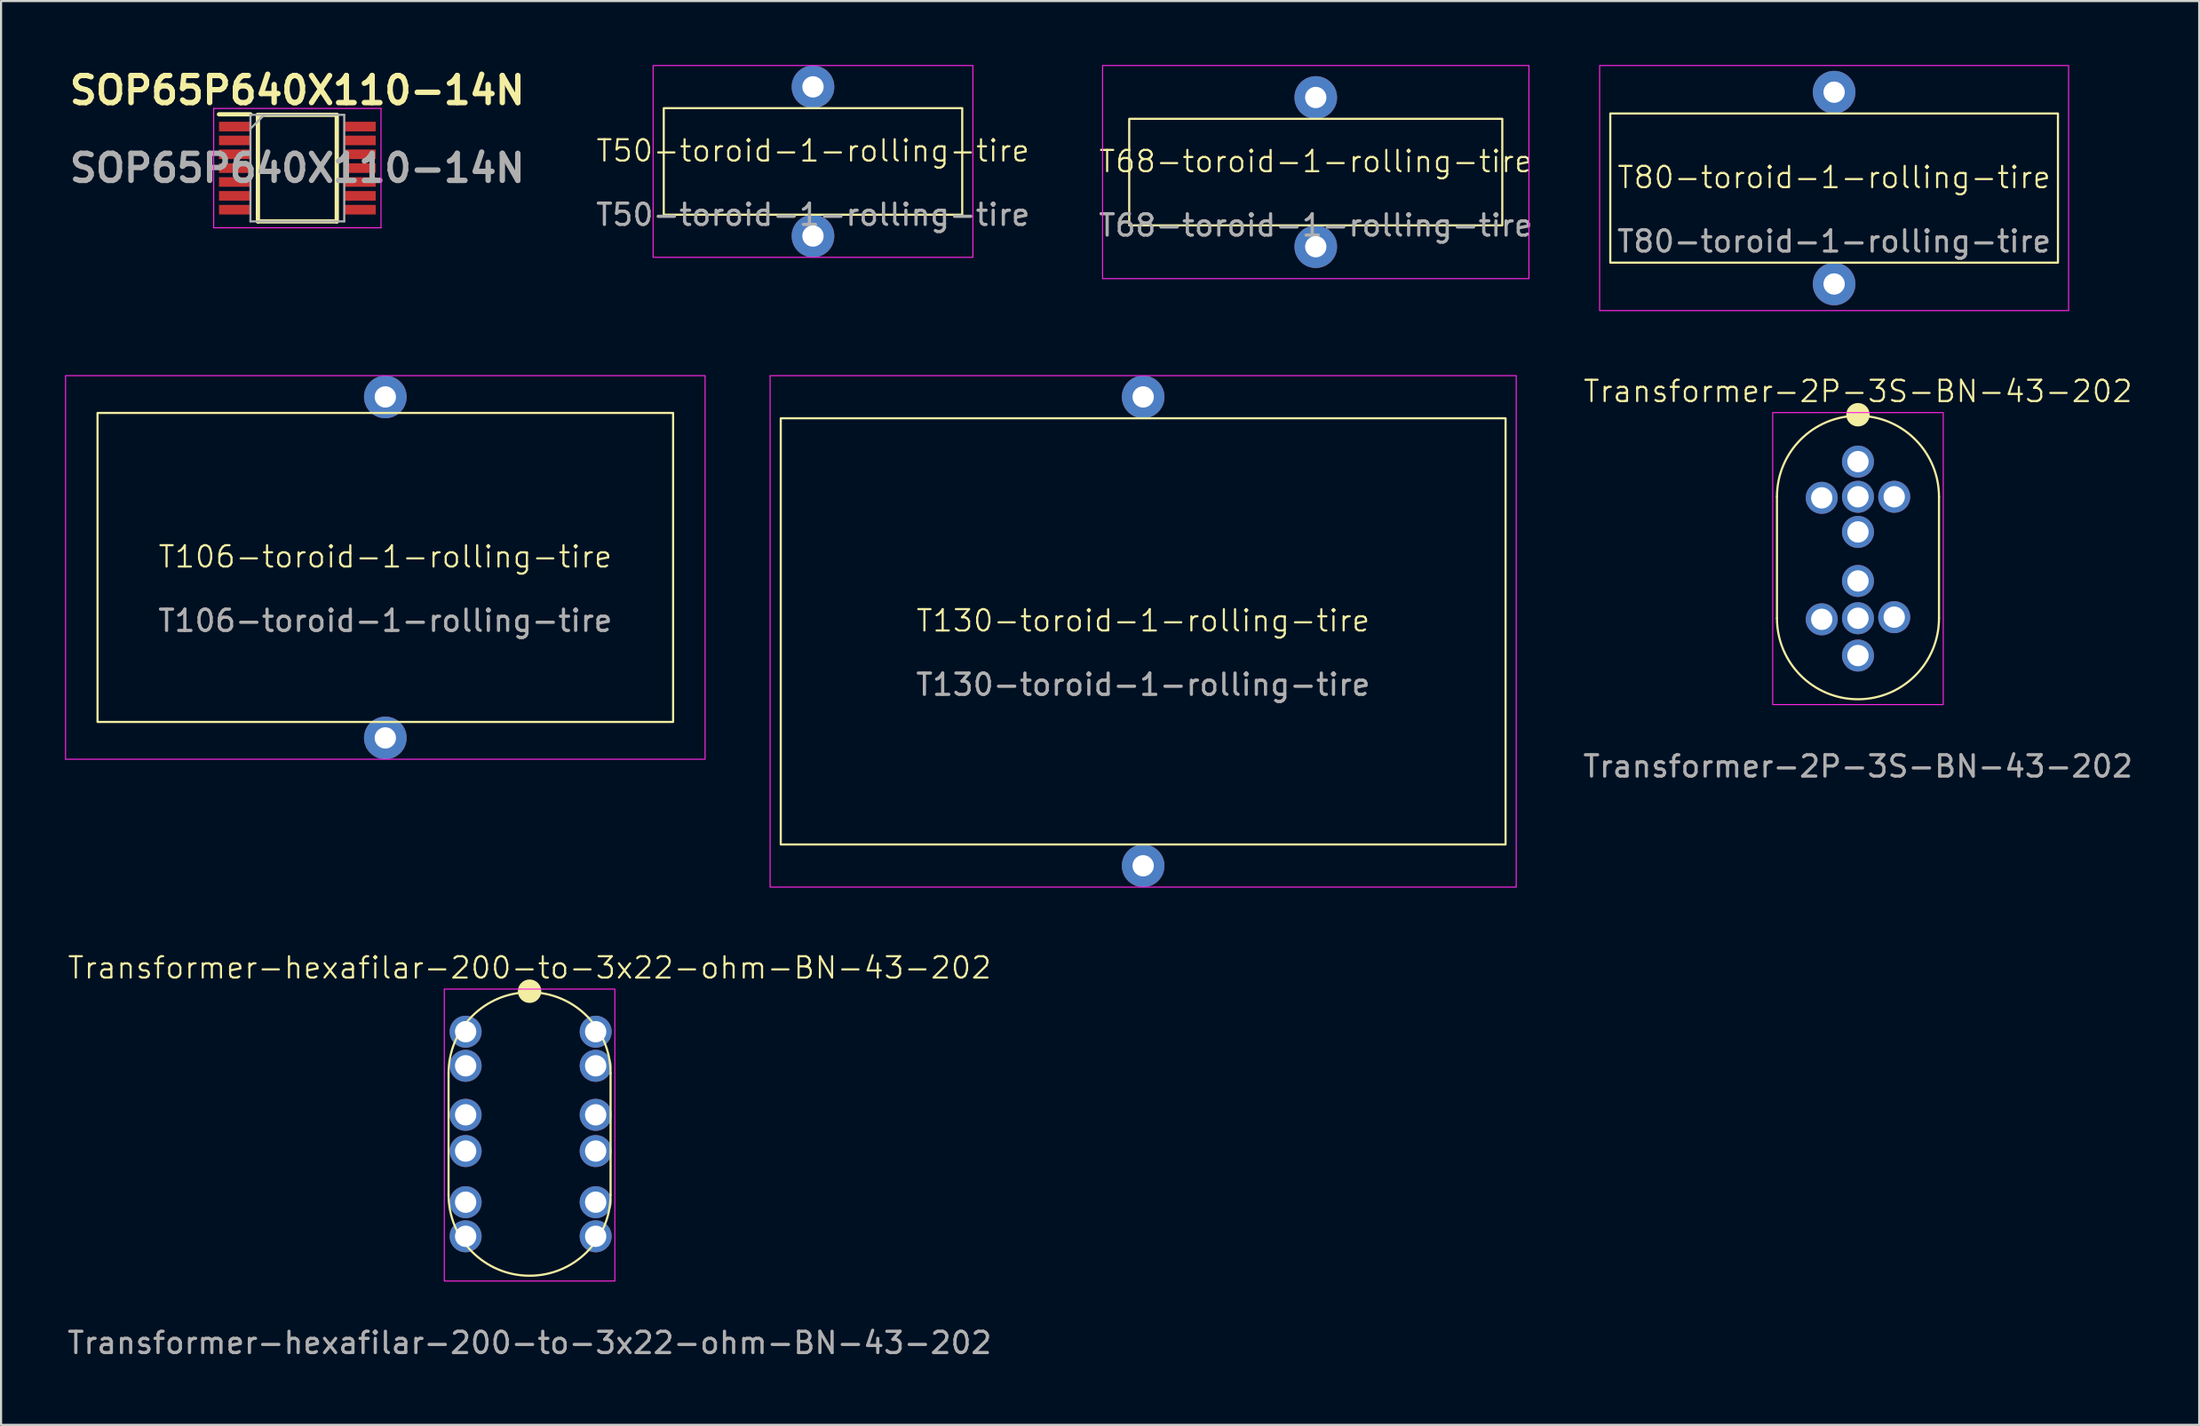
<source format=kicad_pcb>
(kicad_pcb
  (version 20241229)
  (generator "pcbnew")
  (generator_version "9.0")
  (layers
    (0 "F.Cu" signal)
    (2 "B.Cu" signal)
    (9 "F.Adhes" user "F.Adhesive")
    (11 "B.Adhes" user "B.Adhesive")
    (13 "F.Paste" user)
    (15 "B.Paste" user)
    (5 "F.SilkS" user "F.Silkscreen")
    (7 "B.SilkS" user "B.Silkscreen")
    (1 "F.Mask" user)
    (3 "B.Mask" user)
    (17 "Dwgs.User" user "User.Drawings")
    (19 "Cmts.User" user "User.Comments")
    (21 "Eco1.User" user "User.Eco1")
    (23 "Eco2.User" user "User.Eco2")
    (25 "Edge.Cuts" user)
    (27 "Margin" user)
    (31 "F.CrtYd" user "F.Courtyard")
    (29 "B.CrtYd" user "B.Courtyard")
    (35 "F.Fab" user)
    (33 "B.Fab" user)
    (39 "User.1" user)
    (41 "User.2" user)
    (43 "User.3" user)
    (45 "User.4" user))
  (footprint "T68-toroid-1-rolling-tire"
    (layer "F.Cu")
    (at 58.671 5.025)
    (property "Reference" "T68-toroid-1-rolling-tire" (at 0 -0.5 0) (unlocked yes) (layer "F.SilkS") (effects (font (size 1 1) (thickness 0.1))))
    (attr through_hole)
    (fp_rect (start -8.75 -2.5) (end 8.75 2.5) (stroke (width 0.1) (type solid)) (fill no) (layer "F.SilkS"))
    (fp_rect (start -10 -5) (end 10 5) (stroke (width 0.05) (type solid)) (fill no) (layer "F.CrtYd"))
    (fp_text user "${REFERENCE}" (at 0 2.5 0) (unlocked yes) (layer "F.Fab") (effects (font (size 1 1) (thickness 0.15))))
    (pad "1" thru_hole circle (at 0 -3.5) (size 2 2) (drill 1) (layers "*.Cu" "*.Mask"))
    (pad "2" thru_hole circle (at 0 3.5) (size 2 2) (drill 1) (layers "*.Cu" "*.Mask")))
  (footprint "SOP65P640X110-14N"
    (layer "F.Cu")
    (at 10.898 4.839)
    (property "Reference" "SOP65P640X110-14N" (at 0 -3.65 0) (layer "F.SilkS") (effects (font (size 1.27 1.27) (thickness 0.254))))
    (attr smd)
    (fp_line (start -3.675 -2.525) (end -2.2 -2.525) (stroke (width 0.2) (type solid)) (layer "F.SilkS"))
    (fp_line (start -1.85 -2.5) (end 1.85 -2.5) (stroke (width 0.2) (type solid)) (layer "F.SilkS"))
    (fp_line (start -1.85 2.5) (end -1.85 -2.5) (stroke (width 0.2) (type solid)) (layer "F.SilkS"))
    (fp_line (start 1.85 -2.5) (end 1.85 2.5) (stroke (width 0.2) (type solid)) (layer "F.SilkS"))
    (fp_line (start 1.85 2.5) (end -1.85 2.5) (stroke (width 0.2) (type solid)) (layer "F.SilkS"))
    (fp_line (start -3.925 -2.8) (end 3.925 -2.8) (stroke (width 0.05) (type solid)) (layer "F.CrtYd"))
    (fp_line (start -3.925 2.8) (end -3.925 -2.8) (stroke (width 0.05) (type solid)) (layer "F.CrtYd"))
    (fp_line (start 3.925 -2.8) (end 3.925 2.8) (stroke (width 0.05) (type solid)) (layer "F.CrtYd"))
    (fp_line (start 3.925 2.8) (end -3.925 2.8) (stroke (width 0.05) (type solid)) (layer "F.CrtYd"))
    (fp_line (start -2.2 -2.5) (end 2.2 -2.5) (stroke (width 0.1) (type solid)) (layer "F.Fab"))
    (fp_line (start -2.2 -1.85) (end -1.55 -2.5) (stroke (width 0.1) (type solid)) (layer "F.Fab"))
    (fp_line (start -2.2 2.5) (end -2.2 -2.5) (stroke (width 0.1) (type solid)) (layer "F.Fab"))
    (fp_line (start 2.2 -2.5) (end 2.2 2.5) (stroke (width 0.1) (type solid)) (layer "F.Fab"))
    (fp_line (start 2.2 2.5) (end -2.2 2.5) (stroke (width 0.1) (type solid)) (layer "F.Fab"))
    (fp_text user "${REFERENCE}" (at 0 0 0) (layer "F.Fab") (effects (font (size 1.27 1.27) (thickness 0.254))))
    (pad "1" smd rect (at -2.938 -1.95 90) (size 0.45 1.475) (layers "F.Cu" "F.Mask" "F.Paste"))
    (pad "2" smd rect (at -2.938 -1.3 90) (size 0.45 1.475) (layers "F.Cu" "F.Mask" "F.Paste"))
    (pad "3" smd rect (at -2.938 -0.65 90) (size 0.45 1.475) (layers "F.Cu" "F.Mask" "F.Paste"))
    (pad "4" smd rect (at -2.938 0 90) (size 0.45 1.475) (layers "F.Cu" "F.Mask" "F.Paste"))
    (pad "5" smd rect (at -2.938 0.65 90) (size 0.45 1.475) (layers "F.Cu" "F.Mask" "F.Paste"))
    (pad "6" smd rect (at -2.938 1.3 90) (size 0.45 1.475) (layers "F.Cu" "F.Mask" "F.Paste"))
    (pad "7" smd rect (at -2.938 1.95 90) (size 0.45 1.475) (layers "F.Cu" "F.Mask" "F.Paste"))
    (pad "8" smd rect (at 2.938 1.95 90) (size 0.45 1.475) (layers "F.Cu" "F.Mask" "F.Paste"))
    (pad "9" smd rect (at 2.938 1.3 90) (size 0.45 1.475) (layers "F.Cu" "F.Mask" "F.Paste"))
    (pad "10" smd rect (at 2.938 0.65 90) (size 0.45 1.475) (layers "F.Cu" "F.Mask" "F.Paste"))
    (pad "11" smd rect (at 2.938 0 90) (size 0.45 1.475) (layers "F.Cu" "F.Mask" "F.Paste"))
    (pad "12" smd rect (at 2.938 -0.65 90) (size 0.45 1.475) (layers "F.Cu" "F.Mask" "F.Paste"))
    (pad "13" smd rect (at 2.938 -1.3 90) (size 0.45 1.475) (layers "F.Cu" "F.Mask" "F.Paste"))
    (pad "14" smd rect (at 2.938 -1.95 90) (size 0.45 1.475) (layers "F.Cu" "F.Mask" "F.Paste")))
  (footprint "T130-toroid-1-rolling-tire"
    (layer "F.Cu")
    (at 50.575 26.575)
    (property "Reference" "T130-toroid-1-rolling-tire" (at 0 -0.5 0) (unlocked yes) (layer "F.SilkS") (effects (font (size 1 1) (thickness 0.1))))
    (attr through_hole)
    (fp_rect (start -17 -10) (end 17 10) (stroke (width 0.1) (type solid)) (fill no) (layer "F.SilkS"))
    (fp_rect (start -17.5 -12) (end 17.5 12) (stroke (width 0.05) (type solid)) (fill no) (layer "F.CrtYd"))
    (fp_text user "${REFERENCE}" (at 0 2.5 0) (unlocked yes) (layer "F.Fab") (effects (font (size 1 1) (thickness 0.15))))
    (pad "1" thru_hole circle (at 0 -11) (size 2 2) (drill 1) (layers "*.Cu" "*.Mask"))
    (pad "2" thru_hole circle (at 0 11) (size 2 2) (drill 1) (layers "*.Cu" "*.Mask")))
  (footprint "T106-toroid-1-rolling-tire"
    (layer "F.Cu")
    (at 15.025 23.575)
    (property "Reference" "T106-toroid-1-rolling-tire" (at 0 -0.5 0) (unlocked yes) (layer "F.SilkS") (effects (font (size 1 1) (thickness 0.1))))
    (attr through_hole)
    (fp_rect (start -13.5 -7.25) (end 13.5 7.25) (stroke (width 0.1) (type solid)) (fill no) (layer "F.SilkS"))
    (fp_rect (start -15 -9) (end 15 9) (stroke (width 0.05) (type solid)) (fill no) (layer "F.CrtYd"))
    (fp_text user "${REFERENCE}" (at 0 2.5 0) (unlocked yes) (layer "F.Fab") (effects (font (size 1 1) (thickness 0.15))))
    (pad "1" thru_hole circle (at 0 -8) (size 2 2) (drill 1) (layers "*.Cu" "*.Mask"))
    (pad "2" thru_hole circle (at 0 8) (size 2 2) (drill 1) (layers "*.Cu" "*.Mask")))
  (footprint "Transformer-2P-3S-BN-43-202"
    (layer "F.Cu")
    (at 84.106 23.11)
    (property "Reference" "Transformer-2P-3S-BN-43-202" (at 0 -7.8 0) (unlocked yes) (layer "F.SilkS") (effects (font (size 1 1) (thickness 0.1))))
    (attr through_hole)
    (fp_line (start -3.8 2.85) (end -3.8 -2.85) (stroke (width 0.1) (type default)) (layer "F.SilkS"))
    (fp_line (start 3.8 -2.85) (end 3.8 2.85) (stroke (width 0.1) (type default)) (layer "F.SilkS"))
    (fp_arc (start -3.8 -2.85) (mid 0 -6.65) (end 3.8 -2.85) (stroke (width 0.1) (type solid)) (layer "F.SilkS"))
    (fp_arc (start 3.8 2.85) (mid 0 6.65) (end -3.8 2.85) (stroke (width 0.1) (type solid)) (layer "F.SilkS"))
    (fp_circle (center 0 -6.7) (end 0.5 -6.7) (stroke (width 0.1) (type solid)) (fill yes) (layer "F.SilkS"))
    (fp_rect (start -4 -6.8) (end 4 6.9) (stroke (width 0.05) (type default)) (fill no) (layer "F.CrtYd"))
    (fp_text user "${REFERENCE}" (at 0 9.8 0) (unlocked yes) (layer "F.Fab") (effects (font (size 1 1) (thickness 0.15))))
    (pad "1" thru_hole circle (at 0 -2.85) (size 1.5 1.5) (drill 1) (layers "*.Cu" "*.Mask"))
    (pad "2" thru_hole circle (at 0 2.85) (size 1.5 1.5) (drill 1) (layers "*.Cu" "*.Mask"))
    (pad "3" thru_hole circle (at 0 -4.5) (size 1.5 1.5) (drill 1) (layers "*.Cu" "*.Mask"))
    (pad "4" thru_hole circle (at 0 4.6) (size 1.5 1.5) (drill 1) (layers "*.Cu" "*.Mask"))
    (pad "5" thru_hole circle (at 1.7 -2.85) (size 1.5 1.5) (drill 1) (layers "*.Cu" "*.Mask"))
    (pad "6" thru_hole circle (at 1.7 2.8) (size 1.5 1.5) (drill 1) (layers "*.Cu" "*.Mask"))
    (pad "7" thru_hole circle (at 0 -1.2) (size 1.5 1.5) (drill 1) (layers "*.Cu" "*.Mask"))
    (pad "8" thru_hole circle (at 0 1.1) (size 1.5 1.5) (drill 1) (layers "*.Cu" "*.Mask"))
    (pad "9" thru_hole circle (at -1.7 -2.8) (size 1.5 1.5) (drill 1) (layers "*.Cu" "*.Mask"))
    (pad "10" thru_hole circle (at -1.7 2.9) (size 1.5 1.5) (drill 1) (layers "*.Cu" "*.Mask")))
  (footprint "T80-toroid-1-rolling-tire"
    (layer "F.Cu")
    (at 82.987 5.775)
    (property "Reference" "T80-toroid-1-rolling-tire" (at 0 -0.5 0) (unlocked yes) (layer "F.SilkS") (effects (font (size 1 1) (thickness 0.1))))
    (attr through_hole)
    (fp_rect (start -10.5 -3.5) (end 10.5 3.5) (stroke (width 0.1) (type solid)) (fill no) (layer "F.SilkS"))
    (fp_rect (start -11 -5.75) (end 11 5.75) (stroke (width 0.05) (type solid)) (fill no) (layer "F.CrtYd"))
    (fp_text user "${REFERENCE}" (at 0 2.5 0) (unlocked yes) (layer "F.Fab") (effects (font (size 1 1) (thickness 0.15))))
    (pad "1" thru_hole circle (at 0 -4.5) (size 2 2) (drill 1) (layers "*.Cu" "*.Mask"))
    (pad "2" thru_hole circle (at 0 4.5) (size 2 2) (drill 1) (layers "*.Cu" "*.Mask")))
  (footprint "Transformer-hexafilar-200-to-3x22-ohm-BN-43-202"
    (layer "F.Cu")
    (at 21.792 50.16)
    (property "Reference" "Transformer-hexafilar-200-to-3x22-ohm-BN-43-202" (at 0 -7.8 0) (unlocked yes) (layer "F.SilkS") (effects (font (size 1 1) (thickness 0.1))))
    (attr through_hole)
    (fp_line (start -3.8 2.85) (end -3.8 -2.85) (stroke (width 0.1) (type default)) (layer "F.SilkS"))
    (fp_line (start 3.8 -2.85) (end 3.8 2.85) (stroke (width 0.1) (type default)) (layer "F.SilkS"))
    (fp_arc (start -3.8 -2.85) (mid 0 -6.65) (end 3.8 -2.85) (stroke (width 0.1) (type solid)) (layer "F.SilkS"))
    (fp_arc (start 3.8 2.85) (mid 0 6.65) (end -3.8 2.85) (stroke (width 0.1) (type solid)) (layer "F.SilkS"))
    (fp_circle (center 0 -6.7) (end 0.5 -6.7) (stroke (width 0.1) (type solid)) (fill yes) (layer "F.SilkS"))
    (fp_rect (start -4 -6.8) (end 4 6.9) (stroke (width 0.05) (type default)) (fill no) (layer "F.CrtYd"))
    (fp_text user "${REFERENCE}" (at 0 9.8 0) (unlocked yes) (layer "F.Fab") (effects (font (size 1 1) (thickness 0.15))))
    (pad "1" thru_hole circle (at 3.1 -4.8) (size 1.5 1.5) (drill 1) (layers "*.Cu" "*.Mask"))
    (pad "2" thru_hole circle (at 3.1 -3.2) (size 1.5 1.5) (drill 1) (layers "*.Cu" "*.Mask"))
    (pad "3" thru_hole circle (at 3.1 -0.9) (size 1.5 1.5) (drill 1) (layers "*.Cu" "*.Mask"))
    (pad "4" thru_hole circle (at 3.1 0.8) (size 1.5 1.5) (drill 1) (layers "*.Cu" "*.Mask"))
    (pad "5" thru_hole circle (at 3.1 3.2) (size 1.5 1.5) (drill 1) (layers "*.Cu" "*.Mask"))
    (pad "6" thru_hole circle (at 3.1 4.8) (size 1.5 1.5) (drill 1) (layers "*.Cu" "*.Mask"))
    (pad "7" thru_hole circle (at -3 -4.8) (size 1.5 1.5) (drill 1) (layers "*.Cu" "*.Mask"))
    (pad "8" thru_hole circle (at -3 -3.2) (size 1.5 1.5) (drill 1) (layers "*.Cu" "*.Mask"))
    (pad "9" thru_hole circle (at -3 -0.9) (size 1.5 1.5) (drill 1) (layers "*.Cu" "*.Mask"))
    (pad "10" thru_hole circle (at -3 0.8) (size 1.5 1.5) (drill 1) (layers "*.Cu" "*.Mask"))
    (pad "11" thru_hole circle (at -3 3.2) (size 1.5 1.5) (drill 1) (layers "*.Cu" "*.Mask"))
    (pad "12" thru_hole circle (at -3 4.8) (size 1.5 1.5) (drill 1) (layers "*.Cu" "*.Mask")))
  (footprint "T50-toroid-1-rolling-tire"
    (layer "F.Cu")
    (at 35.087 4.525)
    (property "Reference" "T50-toroid-1-rolling-tire" (at 0 -0.5 0) (unlocked yes) (layer "F.SilkS") (effects (font (size 1 1) (thickness 0.1))))
    (attr through_hole)
    (fp_rect (start -7 -2.5) (end 7 2.5) (stroke (width 0.1) (type solid)) (fill no) (layer "F.SilkS"))
    (fp_rect (start -7.5 -4.5) (end 7.5 4.5) (stroke (width 0.05) (type solid)) (fill no) (layer "F.CrtYd"))
    (fp_text user "${REFERENCE}" (at 0 2.5 0) (unlocked yes) (layer "F.Fab") (effects (font (size 1 1) (thickness 0.15))))
    (pad "1" thru_hole circle (at 0 -3.5) (size 2 2) (drill 1) (layers "*.Cu" "*.Mask"))
    (pad "2" thru_hole circle (at 0 3.5) (size 2 2) (drill 1) (layers "*.Cu" "*.Mask")))
  (gr_rect
    (start -3 -3)
    (end 100.112 63.809)
    (stroke (width 0.1) (type default))
    (fill no)
    (layer "Edge.Cuts")))
</source>
